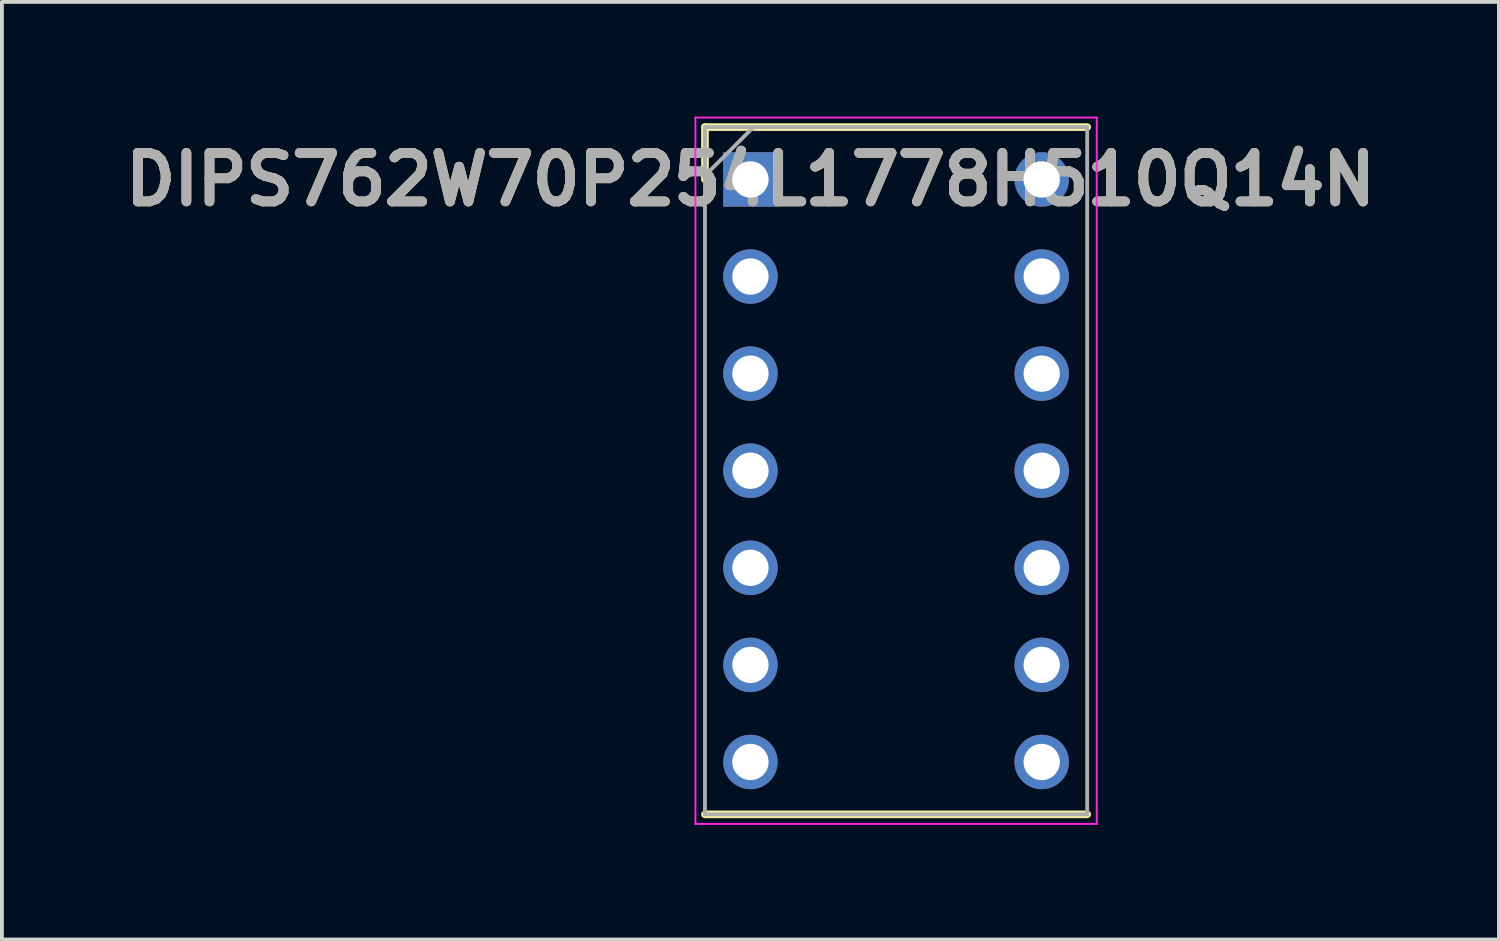
<source format=kicad_pcb>
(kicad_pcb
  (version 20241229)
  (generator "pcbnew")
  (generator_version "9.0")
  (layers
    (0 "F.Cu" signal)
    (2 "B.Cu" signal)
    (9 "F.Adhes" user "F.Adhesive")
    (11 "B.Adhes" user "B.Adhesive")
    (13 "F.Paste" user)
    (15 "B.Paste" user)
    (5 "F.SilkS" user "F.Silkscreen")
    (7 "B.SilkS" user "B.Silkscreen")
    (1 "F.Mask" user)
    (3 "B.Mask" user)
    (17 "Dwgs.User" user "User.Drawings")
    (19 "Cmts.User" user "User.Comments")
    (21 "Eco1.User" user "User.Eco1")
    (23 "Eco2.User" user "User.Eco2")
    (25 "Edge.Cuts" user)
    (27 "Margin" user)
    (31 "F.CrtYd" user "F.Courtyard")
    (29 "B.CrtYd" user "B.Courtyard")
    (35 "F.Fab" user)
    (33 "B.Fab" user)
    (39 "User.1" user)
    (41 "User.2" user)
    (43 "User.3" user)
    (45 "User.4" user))
  (footprint "DIPS762W70P254L1778H510Q14N"
    (layer "F.Cu")
    (at 16.583 1.645)
    (property "Reference" "DIPS762W70P254L1778H510Q14N" (at 0 0 0) (layer "F.SilkS") (effects (font (size 1.27 1.27) (thickness 0.254))))
    (attr through_hole)
    (fp_line (start -1.19 -1.37) (end -1.19 0) (stroke (width 0.2) (type solid)) (layer "F.SilkS"))
    (fp_line (start -1.19 16.61) (end 8.81 16.61) (stroke (width 0.2) (type solid)) (layer "F.SilkS"))
    (fp_line (start 8.81 -1.37) (end -1.19 -1.37) (stroke (width 0.2) (type solid)) (layer "F.SilkS"))
    (fp_line (start -1.44 -1.62) (end 9.06 -1.62) (stroke (width 0.05) (type solid)) (layer "F.CrtYd"))
    (fp_line (start -1.44 16.86) (end -1.44 -1.62) (stroke (width 0.05) (type solid)) (layer "F.CrtYd"))
    (fp_line (start 9.06 -1.62) (end 9.06 16.86) (stroke (width 0.05) (type solid)) (layer "F.CrtYd"))
    (fp_line (start 9.06 16.86) (end -1.44 16.86) (stroke (width 0.05) (type solid)) (layer "F.CrtYd"))
    (fp_line (start -1.19 -1.37) (end 8.81 -1.37) (stroke (width 0.1) (type solid)) (layer "F.Fab"))
    (fp_line (start -1.19 -0.1) (end 0.08 -1.37) (stroke (width 0.1) (type solid)) (layer "F.Fab"))
    (fp_line (start -1.19 16.61) (end -1.19 -1.37) (stroke (width 0.1) (type solid)) (layer "F.Fab"))
    (fp_line (start 8.81 -1.37) (end 8.81 16.61) (stroke (width 0.1) (type solid)) (layer "F.Fab"))
    (fp_line (start 8.81 16.61) (end -1.19 16.61) (stroke (width 0.1) (type solid)) (layer "F.Fab"))
    (fp_text user "${REFERENCE}" (at 0 0 0) (layer "F.Fab") (effects (font (size 1.27 1.27) (thickness 0.254))))
    (pad "1" thru_hole rect (at 0 0) (size 1.425 1.425) (drill 0.95) (layers "*.Cu" "*.Mask"))
    (pad "2" thru_hole circle (at 0 2.54) (size 1.425 1.425) (drill 0.95) (layers "*.Cu" "*.Mask"))
    (pad "3" thru_hole circle (at 0 5.08) (size 1.425 1.425) (drill 0.95) (layers "*.Cu" "*.Mask"))
    (pad "4" thru_hole circle (at 0 7.62) (size 1.425 1.425) (drill 0.95) (layers "*.Cu" "*.Mask"))
    (pad "5" thru_hole circle (at 0 10.16) (size 1.425 1.425) (drill 0.95) (layers "*.Cu" "*.Mask"))
    (pad "6" thru_hole circle (at 0 12.7) (size 1.425 1.425) (drill 0.95) (layers "*.Cu" "*.Mask"))
    (pad "7" thru_hole circle (at 0 15.24) (size 1.425 1.425) (drill 0.95) (layers "*.Cu" "*.Mask"))
    (pad "8" thru_hole circle (at 7.62 15.24) (size 1.425 1.425) (drill 0.95) (layers "*.Cu" "*.Mask"))
    (pad "9" thru_hole circle (at 7.62 12.7) (size 1.425 1.425) (drill 0.95) (layers "*.Cu" "*.Mask"))
    (pad "10" thru_hole circle (at 7.62 10.16) (size 1.425 1.425) (drill 0.95) (layers "*.Cu" "*.Mask"))
    (pad "11" thru_hole circle (at 7.62 7.62) (size 1.425 1.425) (drill 0.95) (layers "*.Cu" "*.Mask"))
    (pad "12" thru_hole circle (at 7.62 5.08) (size 1.425 1.425) (drill 0.95) (layers "*.Cu" "*.Mask"))
    (pad "13" thru_hole circle (at 7.62 2.54) (size 1.425 1.425) (drill 0.95) (layers "*.Cu" "*.Mask"))
    (pad "14" thru_hole circle (at 7.62 0) (size 1.425 1.425) (drill 0.95) (layers "*.Cu" "*.Mask")))
  (gr_rect
    (start -3 -3)
    (end 36.165 21.53)
    (stroke (width 0.1) (type default))
    (fill no)
    (layer "Edge.Cuts")))
</source>
